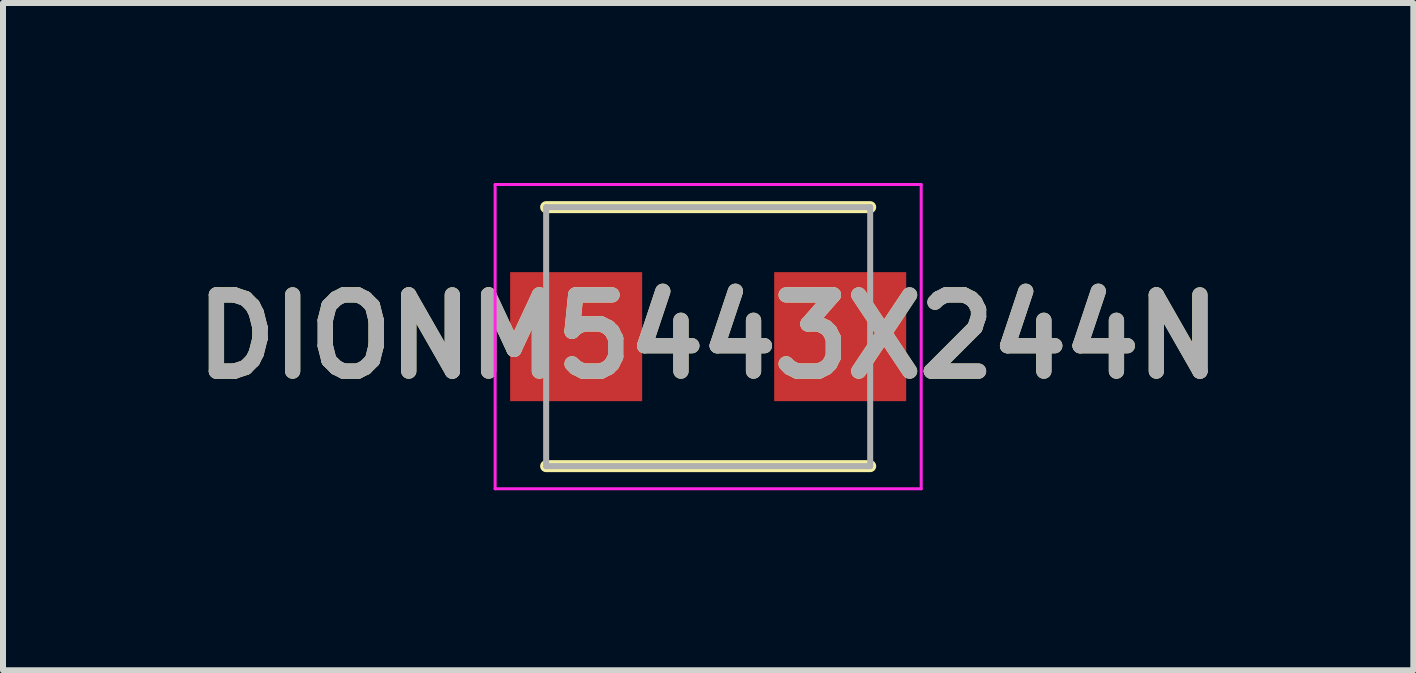
<source format=kicad_pcb>
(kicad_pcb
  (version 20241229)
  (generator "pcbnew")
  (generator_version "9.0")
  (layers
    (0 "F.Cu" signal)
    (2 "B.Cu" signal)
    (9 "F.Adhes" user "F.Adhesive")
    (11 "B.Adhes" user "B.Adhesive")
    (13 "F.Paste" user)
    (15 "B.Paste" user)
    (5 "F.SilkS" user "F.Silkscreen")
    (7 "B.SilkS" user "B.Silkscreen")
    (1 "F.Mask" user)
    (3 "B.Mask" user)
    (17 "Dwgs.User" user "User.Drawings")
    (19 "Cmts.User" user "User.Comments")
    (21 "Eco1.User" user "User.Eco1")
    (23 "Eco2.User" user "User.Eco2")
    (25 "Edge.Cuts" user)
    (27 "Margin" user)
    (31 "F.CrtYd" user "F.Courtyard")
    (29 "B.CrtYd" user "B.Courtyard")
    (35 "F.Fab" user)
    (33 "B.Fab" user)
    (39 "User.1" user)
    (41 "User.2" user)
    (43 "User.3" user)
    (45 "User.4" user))
  (footprint "DIONM5443X244N"
    (layer "F.Cu")
    (at 8.751 2.56)
    (property "Reference" "DIONM5443X244N" (at 0 0 0) (layer "F.SilkS") (effects (font (size 1.27 1.27) (thickness 0.254))))
    (attr smd)
    (fp_line (start -2.7 2.158) (end 2.7 2.158) (stroke (width 0.2) (type solid)) (layer "F.SilkS"))
    (fp_line (start 2.7 -2.158) (end -2.7 -2.158) (stroke (width 0.2) (type solid)) (layer "F.SilkS"))
    (fp_line (start -3.55 -2.535) (end 3.55 -2.535) (stroke (width 0.05) (type solid)) (layer "F.CrtYd"))
    (fp_line (start -3.55 2.535) (end -3.55 -2.535) (stroke (width 0.05) (type solid)) (layer "F.CrtYd"))
    (fp_line (start 3.55 -2.535) (end 3.55 2.535) (stroke (width 0.05) (type solid)) (layer "F.CrtYd"))
    (fp_line (start 3.55 2.535) (end -3.55 2.535) (stroke (width 0.05) (type solid)) (layer "F.CrtYd"))
    (fp_line (start -2.7 -2.158) (end 2.7 -2.158) (stroke (width 0.1) (type solid)) (layer "F.Fab"))
    (fp_line (start -2.7 2.158) (end -2.7 -2.158) (stroke (width 0.1) (type solid)) (layer "F.Fab"))
    (fp_line (start 2.7 -2.158) (end 2.7 2.158) (stroke (width 0.1) (type solid)) (layer "F.Fab"))
    (fp_line (start 2.7 2.158) (end -2.7 2.158) (stroke (width 0.1) (type solid)) (layer "F.Fab"))
    (fp_text user "${REFERENCE}" (at 0 0 0) (layer "F.Fab") (effects (font (size 1.27 1.27) (thickness 0.254))))
    (pad "1" smd rect (at -2.2 0 90) (size 2.15 2.2) (layers "F.Cu" "F.Mask" "F.Paste"))
    (pad "2" smd rect (at 2.2 0 90) (size 2.15 2.2) (layers "F.Cu" "F.Mask" "F.Paste")))
  (gr_rect
    (start -3 -3)
    (end 20.502 8.12)
    (stroke (width 0.1) (type default))
    (fill no)
    (layer "Edge.Cuts")))
</source>
